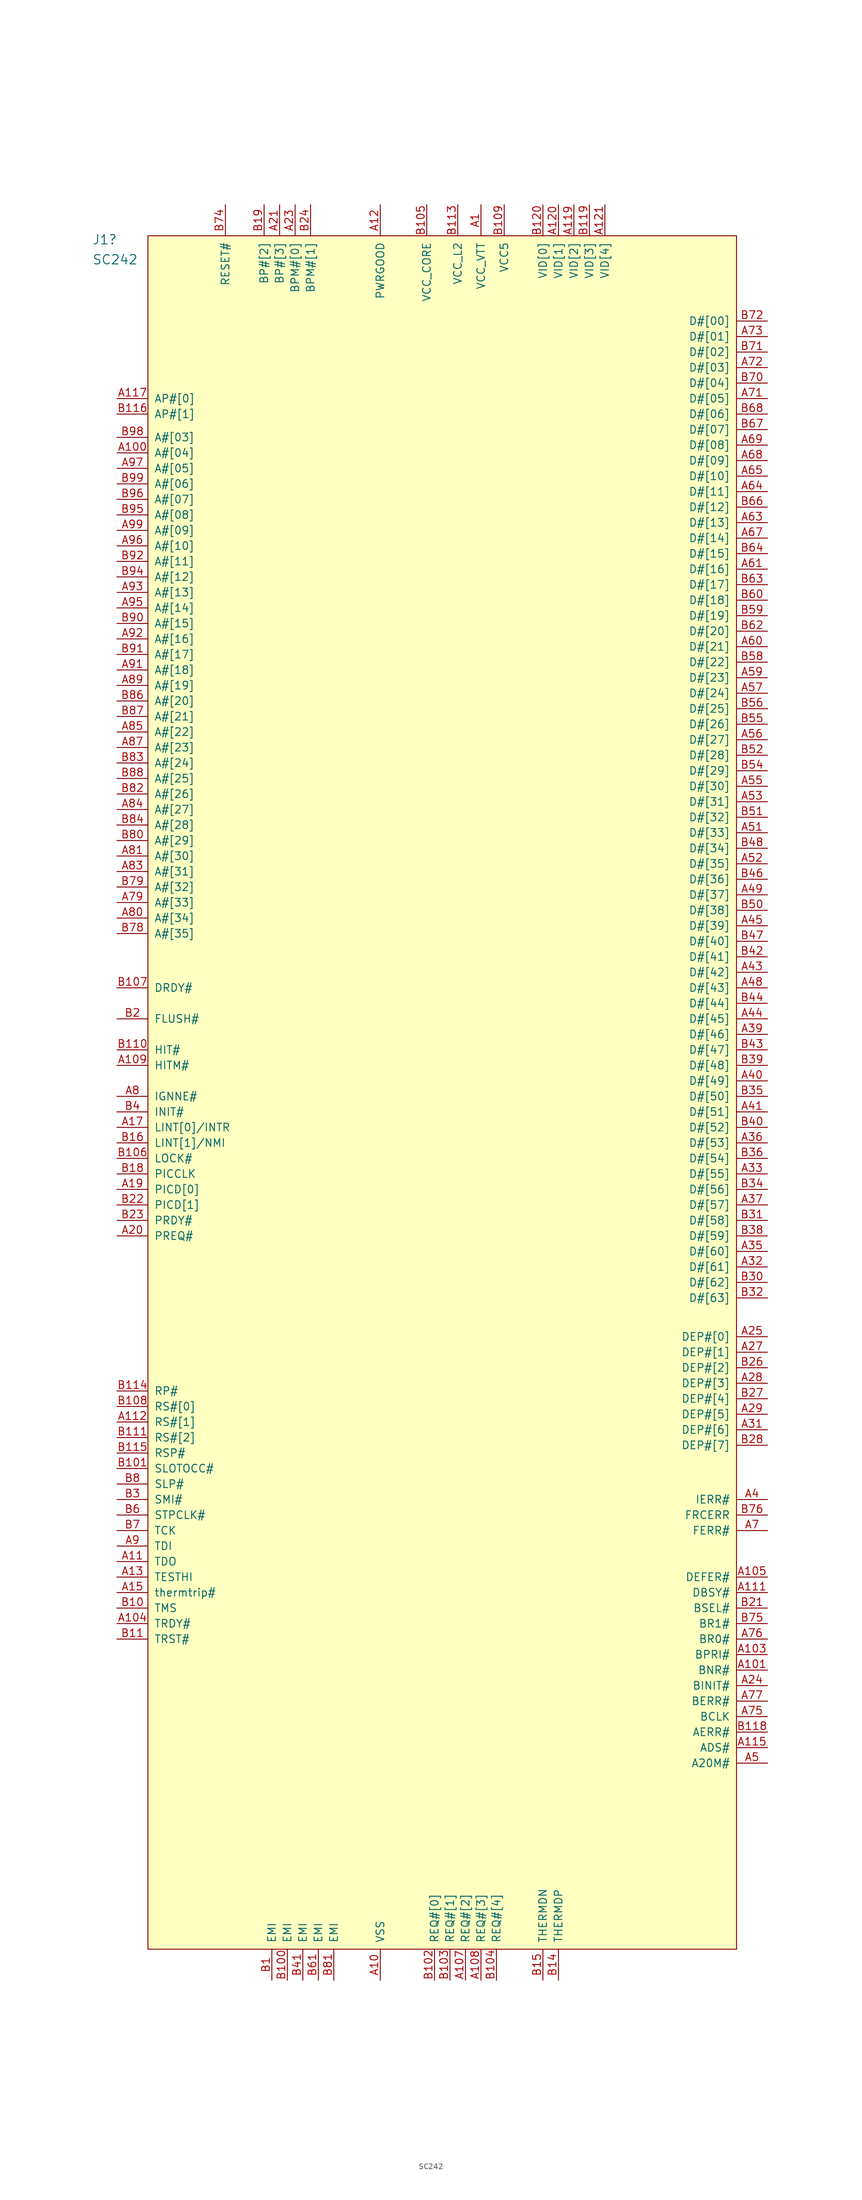
<source format=kicad_sym>
(kicad_symbol_lib
  (version 20211014)
  (generator kicad_symbol_editor)
  (symbol "SC242"
    (pin_names
      (offset 1.016))
    (property "Reference" "J1"
      (at -58.674 128.905 0)
      (effects (font (size 1.524 1.524)) (justify left)))
    (property "Value" "SC242"
      (at -58.674 125.626 0)
      (effects (font (size 1.524 1.524)) (justify left)))
    (property "ki_locked" ""
      (at 0 0 0)
      (effects (font (size 1.27 1.27))))
    (symbol "SC242_1_1"
      (rectangle (start -49.53 129.54) (end 46.99 -151.13) (stroke (width 0) (type default) (color 0 0 0 0)) (fill (type background)))
      (pin power_in line (at 5.08 134.62 270) (length 5.08) (name "VCC_VTT" (effects (font (size 1.27 1.27)))) (number "A1" (effects (font (size 1.27 1.27)))))
      (pin power_in line (at -11.43 -156.21 90) (length 5.08) (name "VSS" (effects (font (size 1.27 1.27)))) (number "A10" (effects (font (size 1.27 1.27)))))
      (pin tri_state line (at -54.61 93.98 0) (length 5.08) (name "A#[04]" (effects (font (size 1.27 1.27)))) (number "A100" (effects (font (size 1.27 1.27)))))
      (pin bidirectional line (at 52.07 -105.41 180) (length 5.08) (name "BNR#" (effects (font (size 1.27 1.27)))) (number "A101" (effects (font (size 1.27 1.27)))))
      (pin power_in line (at -11.43 -156.21 90) (length 5.08) hide (name "VSS" (effects (font (size 1.27 1.27)))) (number "A102" (effects (font (size 1.27 1.27)))))
      (pin input line (at 52.07 -102.87 180) (length 5.08) (name "BPRI#" (effects (font (size 1.27 1.27)))) (number "A103" (effects (font (size 1.27 1.27)))))
      (pin input line (at -54.61 -97.79 0) (length 5.08) (name "TRDY#" (effects (font (size 1.27 1.27)))) (number "A104" (effects (font (size 1.27 1.27)))))
      (pin input line (at 52.07 -90.17 180) (length 5.08) (name "DEFER#" (effects (font (size 1.27 1.27)))) (number "A105" (effects (font (size 1.27 1.27)))))
      (pin power_in line (at -11.43 -156.21 90) (length 5.08) hide (name "VSS" (effects (font (size 1.27 1.27)))) (number "A106" (effects (font (size 1.27 1.27)))))
      (pin bidirectional line (at 2.54 -156.21 90) (length 5.08) (name "REQ#[2]" (effects (font (size 1.27 1.27)))) (number "A107" (effects (font (size 1.27 1.27)))))
      (pin bidirectional line (at 5.08 -156.21 90) (length 5.08) (name "REQ#[3]" (effects (font (size 1.27 1.27)))) (number "A108" (effects (font (size 1.27 1.27)))))
      (pin bidirectional line (at -54.61 -6.35 0) (length 5.08) (name "HITM#" (effects (font (size 1.27 1.27)))) (number "A109" (effects (font (size 1.27 1.27)))))
      (pin output line (at -54.61 -87.63 0) (length 5.08) (name "TDO" (effects (font (size 1.27 1.27)))) (number "A11" (effects (font (size 1.27 1.27)))))
      (pin power_in line (at -11.43 -156.21 90) (length 5.08) hide (name "VSS" (effects (font (size 1.27 1.27)))) (number "A110" (effects (font (size 1.27 1.27)))))
      (pin bidirectional line (at 52.07 -92.71 180) (length 5.08) (name "DBSY#" (effects (font (size 1.27 1.27)))) (number "A111" (effects (font (size 1.27 1.27)))))
      (pin input line (at -54.61 -64.77 0) (length 5.08) (name "RS#[1]" (effects (font (size 1.27 1.27)))) (number "A112" (effects (font (size 1.27 1.27)))))
      (pin no_connect line (at -54.61 -107.95 0) (length 5.08) hide (name "Reserved" (effects (font (size 1.27 1.27)))) (number "A113" (effects (font (size 1.27 1.27)))))
      (pin power_in line (at -11.43 -156.21 90) (length 5.08) hide (name "VSS" (effects (font (size 1.27 1.27)))) (number "A114" (effects (font (size 1.27 1.27)))))
      (pin bidirectional line (at 52.07 -118.11 180) (length 5.08) (name "ADS#" (effects (font (size 1.27 1.27)))) (number "A115" (effects (font (size 1.27 1.27)))))
      (pin no_connect line (at -54.61 -110.49 0) (length 5.08) hide (name "Reserved" (effects (font (size 1.27 1.27)))) (number "A116" (effects (font (size 1.27 1.27)))))
      (pin bidirectional line (at -54.61 102.87 0) (length 5.08) (name "AP#[0]" (effects (font (size 1.27 1.27)))) (number "A117" (effects (font (size 1.27 1.27)))))
      (pin power_in line (at -11.43 -156.21 90) (length 5.08) hide (name "VSS" (effects (font (size 1.27 1.27)))) (number "A118" (effects (font (size 1.27 1.27)))))
      (pin output line (at 20.32 134.62 270) (length 5.08) (name "VID[2]" (effects (font (size 1.27 1.27)))) (number "A119" (effects (font (size 1.27 1.27)))))
      (pin input line (at -11.43 134.62 270) (length 5.08) (name "PWRGOOD" (effects (font (size 1.27 1.27)))) (number "A12" (effects (font (size 1.27 1.27)))))
      (pin output line (at 17.78 134.62 270) (length 5.08) (name "VID[1]" (effects (font (size 1.27 1.27)))) (number "A120" (effects (font (size 1.27 1.27)))))
      (pin output line (at 25.4 134.62 270) (length 5.08) (name "VID[4]" (effects (font (size 1.27 1.27)))) (number "A121" (effects (font (size 1.27 1.27)))))
      (pin input line (at -54.61 -90.17 0) (length 5.08) (name "TESTHI" (effects (font (size 1.27 1.27)))) (number "A13" (effects (font (size 1.27 1.27)))))
      (pin power_in line (at -11.43 -156.21 90) (length 5.08) hide (name "VSS" (effects (font (size 1.27 1.27)))) (number "A14" (effects (font (size 1.27 1.27)))))
      (pin output line (at -54.61 -92.71 0) (length 5.08) (name "thermtrip#" (effects (font (size 1.27 1.27)))) (number "A15" (effects (font (size 1.27 1.27)))))
      (pin no_connect line (at -54.61 -113.03 0) (length 5.08) hide (name "Reserved" (effects (font (size 1.27 1.27)))) (number "A16" (effects (font (size 1.27 1.27)))))
      (pin input line (at -54.61 -16.51 0) (length 5.08) (name "LINT[0]/INTR" (effects (font (size 1.27 1.27)))) (number "A17" (effects (font (size 1.27 1.27)))))
      (pin power_in line (at -11.43 -156.21 90) (length 5.08) hide (name "VSS" (effects (font (size 1.27 1.27)))) (number "A18" (effects (font (size 1.27 1.27)))))
      (pin bidirectional line (at -54.61 -26.67 0) (length 5.08) (name "PICD[0]" (effects (font (size 1.27 1.27)))) (number "A19" (effects (font (size 1.27 1.27)))))
      (pin power_in line (at -11.43 -156.21 90) (length 5.08) hide (name "VSS" (effects (font (size 1.27 1.27)))) (number "A2" (effects (font (size 1.27 1.27)))))
      (pin input line (at -54.61 -34.29 0) (length 5.08) (name "PREQ#" (effects (font (size 1.27 1.27)))) (number "A20" (effects (font (size 1.27 1.27)))))
      (pin bidirectional line (at -27.94 134.62 270) (length 5.08) (name "BP#[3]" (effects (font (size 1.27 1.27)))) (number "A21" (effects (font (size 1.27 1.27)))))
      (pin power_in line (at -11.43 -156.21 90) (length 5.08) hide (name "VSS" (effects (font (size 1.27 1.27)))) (number "A22" (effects (font (size 1.27 1.27)))))
      (pin bidirectional line (at -25.4 134.62 270) (length 5.08) (name "BPM#[0]" (effects (font (size 1.27 1.27)))) (number "A23" (effects (font (size 1.27 1.27)))))
      (pin bidirectional line (at 52.07 -107.95 180) (length 5.08) (name "BINIT#" (effects (font (size 1.27 1.27)))) (number "A24" (effects (font (size 1.27 1.27)))))
      (pin bidirectional line (at 52.07 -50.8 180) (length 5.08) (name "DEP#[0]" (effects (font (size 1.27 1.27)))) (number "A25" (effects (font (size 1.27 1.27)))))
      (pin power_in line (at -11.43 -156.21 90) (length 5.08) hide (name "VSS" (effects (font (size 1.27 1.27)))) (number "A26" (effects (font (size 1.27 1.27)))))
      (pin bidirectional line (at 52.07 -53.34 180) (length 5.08) (name "DEP#[1]" (effects (font (size 1.27 1.27)))) (number "A27" (effects (font (size 1.27 1.27)))))
      (pin bidirectional line (at 52.07 -58.42 180) (length 5.08) (name "DEP#[3]" (effects (font (size 1.27 1.27)))) (number "A28" (effects (font (size 1.27 1.27)))))
      (pin bidirectional line (at 52.07 -63.5 180) (length 5.08) (name "DEP#[5]" (effects (font (size 1.27 1.27)))) (number "A29" (effects (font (size 1.27 1.27)))))
      (pin power_in line (at 5.08 134.62 270) (length 5.08) hide (name "VCC_VTT" (effects (font (size 1.27 1.27)))) (number "A3" (effects (font (size 1.27 1.27)))))
      (pin power_in line (at -11.43 -156.21 90) (length 5.08) hide (name "VSS" (effects (font (size 1.27 1.27)))) (number "A30" (effects (font (size 1.27 1.27)))))
      (pin bidirectional line (at 52.07 -66.04 180) (length 5.08) (name "DEP#[6]" (effects (font (size 1.27 1.27)))) (number "A31" (effects (font (size 1.27 1.27)))))
      (pin tri_state line (at 52.07 -39.37 180) (length 5.08) (name "D#[61]" (effects (font (size 1.27 1.27)))) (number "A32" (effects (font (size 1.27 1.27)))))
      (pin tri_state line (at 52.07 -24.13 180) (length 5.08) (name "D#[55]" (effects (font (size 1.27 1.27)))) (number "A33" (effects (font (size 1.27 1.27)))))
      (pin power_in line (at -11.43 -156.21 90) (length 5.08) hide (name "VSS" (effects (font (size 1.27 1.27)))) (number "A34" (effects (font (size 1.27 1.27)))))
      (pin tri_state line (at 52.07 -36.83 180) (length 5.08) (name "D#[60]" (effects (font (size 1.27 1.27)))) (number "A35" (effects (font (size 1.27 1.27)))))
      (pin tri_state line (at 52.07 -19.05 180) (length 5.08) (name "D#[53]" (effects (font (size 1.27 1.27)))) (number "A36" (effects (font (size 1.27 1.27)))))
      (pin tri_state line (at 52.07 -29.21 180) (length 5.08) (name "D#[57]" (effects (font (size 1.27 1.27)))) (number "A37" (effects (font (size 1.27 1.27)))))
      (pin power_in line (at -11.43 -156.21 90) (length 5.08) hide (name "VSS" (effects (font (size 1.27 1.27)))) (number "A38" (effects (font (size 1.27 1.27)))))
      (pin tri_state line (at 52.07 -1.27 180) (length 5.08) (name "D#[46]" (effects (font (size 1.27 1.27)))) (number "A39" (effects (font (size 1.27 1.27)))))
      (pin output line (at 52.07 -77.47 180) (length 5.08) (name "IERR#" (effects (font (size 1.27 1.27)))) (number "A4" (effects (font (size 1.27 1.27)))))
      (pin tri_state line (at 52.07 -8.89 180) (length 5.08) (name "D#[49]" (effects (font (size 1.27 1.27)))) (number "A40" (effects (font (size 1.27 1.27)))))
      (pin tri_state line (at 52.07 -13.97 180) (length 5.08) (name "D#[51]" (effects (font (size 1.27 1.27)))) (number "A41" (effects (font (size 1.27 1.27)))))
      (pin power_in line (at -11.43 -156.21 90) (length 5.08) hide (name "VSS" (effects (font (size 1.27 1.27)))) (number "A42" (effects (font (size 1.27 1.27)))))
      (pin tri_state line (at 52.07 8.89 180) (length 5.08) (name "D#[42]" (effects (font (size 1.27 1.27)))) (number "A43" (effects (font (size 1.27 1.27)))))
      (pin tri_state line (at 52.07 1.27 180) (length 5.08) (name "D#[45]" (effects (font (size 1.27 1.27)))) (number "A44" (effects (font (size 1.27 1.27)))))
      (pin tri_state line (at 52.07 16.51 180) (length 5.08) (name "D#[39]" (effects (font (size 1.27 1.27)))) (number "A45" (effects (font (size 1.27 1.27)))))
      (pin power_in line (at -11.43 -156.21 90) (length 5.08) hide (name "VSS" (effects (font (size 1.27 1.27)))) (number "A46" (effects (font (size 1.27 1.27)))))
      (pin no_connect line (at -54.61 -115.57 0) (length 5.08) hide (name "Reserved" (effects (font (size 1.27 1.27)))) (number "A47" (effects (font (size 1.27 1.27)))))
      (pin tri_state line (at 52.07 6.35 180) (length 5.08) (name "D#[43]" (effects (font (size 1.27 1.27)))) (number "A48" (effects (font (size 1.27 1.27)))))
      (pin tri_state line (at 52.07 21.59 180) (length 5.08) (name "D#[37]" (effects (font (size 1.27 1.27)))) (number "A49" (effects (font (size 1.27 1.27)))))
      (pin input line (at 52.07 -120.65 180) (length 5.08) (name "A20M#" (effects (font (size 1.27 1.27)))) (number "A5" (effects (font (size 1.27 1.27)))))
      (pin power_in line (at -11.43 -156.21 90) (length 5.08) hide (name "VSS" (effects (font (size 1.27 1.27)))) (number "A50" (effects (font (size 1.27 1.27)))))
      (pin tri_state line (at 52.07 31.75 180) (length 5.08) (name "D#[33]" (effects (font (size 1.27 1.27)))) (number "A51" (effects (font (size 1.27 1.27)))))
      (pin tri_state line (at 52.07 26.67 180) (length 5.08) (name "D#[35]" (effects (font (size 1.27 1.27)))) (number "A52" (effects (font (size 1.27 1.27)))))
      (pin tri_state line (at 52.07 36.83 180) (length 5.08) (name "D#[31]" (effects (font (size 1.27 1.27)))) (number "A53" (effects (font (size 1.27 1.27)))))
      (pin power_in line (at -11.43 -156.21 90) (length 5.08) hide (name "VSS" (effects (font (size 1.27 1.27)))) (number "A54" (effects (font (size 1.27 1.27)))))
      (pin tri_state line (at 52.07 39.37 180) (length 5.08) (name "D#[30]" (effects (font (size 1.27 1.27)))) (number "A55" (effects (font (size 1.27 1.27)))))
      (pin tri_state line (at 52.07 46.99 180) (length 5.08) (name "D#[27]" (effects (font (size 1.27 1.27)))) (number "A56" (effects (font (size 1.27 1.27)))))
      (pin tri_state line (at 52.07 54.61 180) (length 5.08) (name "D#[24]" (effects (font (size 1.27 1.27)))) (number "A57" (effects (font (size 1.27 1.27)))))
      (pin power_in line (at -11.43 -156.21 90) (length 5.08) hide (name "VSS" (effects (font (size 1.27 1.27)))) (number "A58" (effects (font (size 1.27 1.27)))))
      (pin tri_state line (at 52.07 57.15 180) (length 5.08) (name "D#[23]" (effects (font (size 1.27 1.27)))) (number "A59" (effects (font (size 1.27 1.27)))))
      (pin power_in line (at -11.43 -156.21 90) (length 5.08) hide (name "VSS" (effects (font (size 1.27 1.27)))) (number "A6" (effects (font (size 1.27 1.27)))))
      (pin tri_state line (at 52.07 62.23 180) (length 5.08) (name "D#[21]" (effects (font (size 1.27 1.27)))) (number "A60" (effects (font (size 1.27 1.27)))))
      (pin tri_state line (at 52.07 74.93 180) (length 5.08) (name "D#[16]" (effects (font (size 1.27 1.27)))) (number "A61" (effects (font (size 1.27 1.27)))))
      (pin power_in line (at -11.43 -156.21 90) (length 5.08) hide (name "VSS" (effects (font (size 1.27 1.27)))) (number "A62" (effects (font (size 1.27 1.27)))))
      (pin tri_state line (at 52.07 82.55 180) (length 5.08) (name "D#[13]" (effects (font (size 1.27 1.27)))) (number "A63" (effects (font (size 1.27 1.27)))))
      (pin tri_state line (at 52.07 87.63 180) (length 5.08) (name "D#[11]" (effects (font (size 1.27 1.27)))) (number "A64" (effects (font (size 1.27 1.27)))))
      (pin tri_state line (at 52.07 90.17 180) (length 5.08) (name "D#[10]" (effects (font (size 1.27 1.27)))) (number "A65" (effects (font (size 1.27 1.27)))))
      (pin power_in line (at -11.43 -156.21 90) (length 5.08) hide (name "VSS" (effects (font (size 1.27 1.27)))) (number "A66" (effects (font (size 1.27 1.27)))))
      (pin tri_state line (at 52.07 80.01 180) (length 5.08) (name "D#[14]" (effects (font (size 1.27 1.27)))) (number "A67" (effects (font (size 1.27 1.27)))))
      (pin tri_state line (at 52.07 92.71 180) (length 5.08) (name "D#[09]" (effects (font (size 1.27 1.27)))) (number "A68" (effects (font (size 1.27 1.27)))))
      (pin tri_state line (at 52.07 95.25 180) (length 5.08) (name "D#[08]" (effects (font (size 1.27 1.27)))) (number "A69" (effects (font (size 1.27 1.27)))))
      (pin output line (at 52.07 -82.55 180) (length 5.08) (name "FERR#" (effects (font (size 1.27 1.27)))) (number "A7" (effects (font (size 1.27 1.27)))))
      (pin power_in line (at -11.43 -156.21 90) (length 5.08) hide (name "VSS" (effects (font (size 1.27 1.27)))) (number "A70" (effects (font (size 1.27 1.27)))))
      (pin tri_state line (at 52.07 102.87 180) (length 5.08) (name "D#[05]" (effects (font (size 1.27 1.27)))) (number "A71" (effects (font (size 1.27 1.27)))))
      (pin tri_state line (at 52.07 107.95 180) (length 5.08) (name "D#[03]" (effects (font (size 1.27 1.27)))) (number "A72" (effects (font (size 1.27 1.27)))))
      (pin tri_state line (at 52.07 113.03 180) (length 5.08) (name "D#[01]" (effects (font (size 1.27 1.27)))) (number "A73" (effects (font (size 1.27 1.27)))))
      (pin power_in line (at -11.43 -156.21 90) (length 5.08) hide (name "VSS" (effects (font (size 1.27 1.27)))) (number "A74" (effects (font (size 1.27 1.27)))))
      (pin input line (at 52.07 -113.03 180) (length 5.08) (name "BCLK" (effects (font (size 1.27 1.27)))) (number "A75" (effects (font (size 1.27 1.27)))))
      (pin bidirectional line (at 52.07 -100.33 180) (length 5.08) (name "BR0#" (effects (font (size 1.27 1.27)))) (number "A76" (effects (font (size 1.27 1.27)))))
      (pin bidirectional line (at 52.07 -110.49 180) (length 5.08) (name "BERR#" (effects (font (size 1.27 1.27)))) (number "A77" (effects (font (size 1.27 1.27)))))
      (pin power_in line (at -11.43 -156.21 90) (length 5.08) hide (name "VSS" (effects (font (size 1.27 1.27)))) (number "A78" (effects (font (size 1.27 1.27)))))
      (pin tri_state line (at -54.61 20.32 0) (length 5.08) (name "A#[33]" (effects (font (size 1.27 1.27)))) (number "A79" (effects (font (size 1.27 1.27)))))
      (pin input line (at -54.61 -11.43 0) (length 5.08) (name "IGNNE#" (effects (font (size 1.27 1.27)))) (number "A8" (effects (font (size 1.27 1.27)))))
      (pin tri_state line (at -54.61 17.78 0) (length 5.08) (name "A#[34]" (effects (font (size 1.27 1.27)))) (number "A80" (effects (font (size 1.27 1.27)))))
      (pin tri_state line (at -54.61 27.94 0) (length 5.08) (name "A#[30]" (effects (font (size 1.27 1.27)))) (number "A81" (effects (font (size 1.27 1.27)))))
      (pin power_in line (at -11.43 -156.21 90) (length 5.08) hide (name "VSS" (effects (font (size 1.27 1.27)))) (number "A82" (effects (font (size 1.27 1.27)))))
      (pin tri_state line (at -54.61 25.4 0) (length 5.08) (name "A#[31]" (effects (font (size 1.27 1.27)))) (number "A83" (effects (font (size 1.27 1.27)))))
      (pin tri_state line (at -54.61 35.56 0) (length 5.08) (name "A#[27]" (effects (font (size 1.27 1.27)))) (number "A84" (effects (font (size 1.27 1.27)))))
      (pin tri_state line (at -54.61 48.26 0) (length 5.08) (name "A#[22]" (effects (font (size 1.27 1.27)))) (number "A85" (effects (font (size 1.27 1.27)))))
      (pin power_in line (at -11.43 -156.21 90) (length 5.08) hide (name "VSS" (effects (font (size 1.27 1.27)))) (number "A86" (effects (font (size 1.27 1.27)))))
      (pin tri_state line (at -54.61 45.72 0) (length 5.08) (name "A#[23]" (effects (font (size 1.27 1.27)))) (number "A87" (effects (font (size 1.27 1.27)))))
      (pin no_connect line (at -54.61 -118.11 0) (length 5.08) hide (name "Reserved" (effects (font (size 1.27 1.27)))) (number "A88" (effects (font (size 1.27 1.27)))))
      (pin tri_state line (at -54.61 55.88 0) (length 5.08) (name "A#[19]" (effects (font (size 1.27 1.27)))) (number "A89" (effects (font (size 1.27 1.27)))))
      (pin input line (at -54.61 -85.09 0) (length 5.08) (name "TDI" (effects (font (size 1.27 1.27)))) (number "A9" (effects (font (size 1.27 1.27)))))
      (pin power_in line (at -11.43 -156.21 90) (length 5.08) hide (name "VSS" (effects (font (size 1.27 1.27)))) (number "A90" (effects (font (size 1.27 1.27)))))
      (pin tri_state line (at -54.61 58.42 0) (length 5.08) (name "A#[18]" (effects (font (size 1.27 1.27)))) (number "A91" (effects (font (size 1.27 1.27)))))
      (pin tri_state line (at -54.61 63.5 0) (length 5.08) (name "A#[16]" (effects (font (size 1.27 1.27)))) (number "A92" (effects (font (size 1.27 1.27)))))
      (pin tri_state line (at -54.61 71.12 0) (length 5.08) (name "A#[13]" (effects (font (size 1.27 1.27)))) (number "A93" (effects (font (size 1.27 1.27)))))
      (pin power_in line (at -11.43 -156.21 90) (length 5.08) hide (name "VSS" (effects (font (size 1.27 1.27)))) (number "A94" (effects (font (size 1.27 1.27)))))
      (pin tri_state line (at -54.61 68.58 0) (length 5.08) (name "A#[14]" (effects (font (size 1.27 1.27)))) (number "A95" (effects (font (size 1.27 1.27)))))
      (pin tri_state line (at -54.61 78.74 0) (length 5.08) (name "A#[10]" (effects (font (size 1.27 1.27)))) (number "A96" (effects (font (size 1.27 1.27)))))
      (pin tri_state line (at -54.61 91.44 0) (length 5.08) (name "A#[05]" (effects (font (size 1.27 1.27)))) (number "A97" (effects (font (size 1.27 1.27)))))
      (pin power_in line (at -11.43 -156.21 90) (length 5.08) hide (name "VSS" (effects (font (size 1.27 1.27)))) (number "A98" (effects (font (size 1.27 1.27)))))
      (pin tri_state line (at -54.61 81.28 0) (length 5.08) (name "A#[09]" (effects (font (size 1.27 1.27)))) (number "A99" (effects (font (size 1.27 1.27)))))
      (pin input line (at -29.21 -156.21 90) (length 5.08) (name "EMI" (effects (font (size 1.27 1.27)))) (number "B1" (effects (font (size 1.27 1.27)))))
      (pin input line (at -54.61 -95.25 0) (length 5.08) (name "TMS" (effects (font (size 1.27 1.27)))) (number "B10" (effects (font (size 1.27 1.27)))))
      (pin input line (at -26.67 -156.21 90) (length 5.08) (name "EMI" (effects (font (size 1.27 1.27)))) (number "B100" (effects (font (size 1.27 1.27)))))
      (pin output line (at -54.61 -72.39 0) (length 5.08) (name "SLOTOCC#" (effects (font (size 1.27 1.27)))) (number "B101" (effects (font (size 1.27 1.27)))))
      (pin bidirectional line (at -2.54 -156.21 90) (length 5.08) (name "REQ#[0]" (effects (font (size 1.27 1.27)))) (number "B102" (effects (font (size 1.27 1.27)))))
      (pin bidirectional line (at 0 -156.21 90) (length 5.08) (name "REQ#[1]" (effects (font (size 1.27 1.27)))) (number "B103" (effects (font (size 1.27 1.27)))))
      (pin bidirectional line (at 7.62 -156.21 90) (length 5.08) (name "REQ#[4]" (effects (font (size 1.27 1.27)))) (number "B104" (effects (font (size 1.27 1.27)))))
      (pin power_in line (at -3.81 134.62 270) (length 5.08) (name "VCC_CORE" (effects (font (size 1.27 1.27)))) (number "B105" (effects (font (size 1.27 1.27)))))
      (pin bidirectional line (at -54.61 -21.59 0) (length 5.08) (name "LOCK#" (effects (font (size 1.27 1.27)))) (number "B106" (effects (font (size 1.27 1.27)))))
      (pin bidirectional line (at -54.61 6.35 0) (length 5.08) (name "DRDY#" (effects (font (size 1.27 1.27)))) (number "B107" (effects (font (size 1.27 1.27)))))
      (pin input line (at -54.61 -62.23 0) (length 5.08) (name "RS#[0]" (effects (font (size 1.27 1.27)))) (number "B108" (effects (font (size 1.27 1.27)))))
      (pin power_in line (at 8.89 134.62 270) (length 5.08) (name "VCC5" (effects (font (size 1.27 1.27)))) (number "B109" (effects (font (size 1.27 1.27)))))
      (pin input line (at -54.61 -100.33 0) (length 5.08) (name "TRST#" (effects (font (size 1.27 1.27)))) (number "B11" (effects (font (size 1.27 1.27)))))
      (pin bidirectional line (at -54.61 -3.81 0) (length 5.08) (name "HIT#" (effects (font (size 1.27 1.27)))) (number "B110" (effects (font (size 1.27 1.27)))))
      (pin input line (at -54.61 -67.31 0) (length 5.08) (name "RS#[2]" (effects (font (size 1.27 1.27)))) (number "B111" (effects (font (size 1.27 1.27)))))
      (pin no_connect line (at -54.61 -120.65 0) (length 5.08) hide (name "Reserved" (effects (font (size 1.27 1.27)))) (number "B112" (effects (font (size 1.27 1.27)))))
      (pin power_in line (at 1.27 134.62 270) (length 5.08) (name "VCC_L2" (effects (font (size 1.27 1.27)))) (number "B113" (effects (font (size 1.27 1.27)))))
      (pin bidirectional line (at -54.61 -59.69 0) (length 5.08) (name "RP#" (effects (font (size 1.27 1.27)))) (number "B114" (effects (font (size 1.27 1.27)))))
      (pin input line (at -54.61 -69.85 0) (length 5.08) (name "RSP#" (effects (font (size 1.27 1.27)))) (number "B115" (effects (font (size 1.27 1.27)))))
      (pin bidirectional line (at -54.61 100.33 0) (length 5.08) (name "AP#[1]" (effects (font (size 1.27 1.27)))) (number "B116" (effects (font (size 1.27 1.27)))))
      (pin power_in line (at 1.27 134.62 270) (length 5.08) hide (name "VCC_L2" (effects (font (size 1.27 1.27)))) (number "B117" (effects (font (size 1.27 1.27)))))
      (pin bidirectional line (at 52.07 -115.57 180) (length 5.08) (name "AERR#" (effects (font (size 1.27 1.27)))) (number "B118" (effects (font (size 1.27 1.27)))))
      (pin output line (at 22.86 134.62 270) (length 5.08) (name "VID[3]" (effects (font (size 1.27 1.27)))) (number "B119" (effects (font (size 1.27 1.27)))))
      (pin no_connect line (at -54.61 -123.19 0) (length 5.08) hide (name "Reserved" (effects (font (size 1.27 1.27)))) (number "B12" (effects (font (size 1.27 1.27)))))
      (pin output line (at 15.24 134.62 270) (length 5.08) (name "VID[0]" (effects (font (size 1.27 1.27)))) (number "B120" (effects (font (size 1.27 1.27)))))
      (pin power_in line (at 1.27 134.62 270) (length 5.08) hide (name "VCC_L2" (effects (font (size 1.27 1.27)))) (number "B121" (effects (font (size 1.27 1.27)))))
      (pin power_in line (at -3.81 134.62 270) (length 5.08) hide (name "VCC_CORE" (effects (font (size 1.27 1.27)))) (number "B13" (effects (font (size 1.27 1.27)))))
      (pin output line (at 17.78 -156.21 90) (length 5.08) (name "THERMDP" (effects (font (size 1.27 1.27)))) (number "B14" (effects (font (size 1.27 1.27)))))
      (pin output line (at 15.24 -156.21 90) (length 5.08) (name "THERMDN" (effects (font (size 1.27 1.27)))) (number "B15" (effects (font (size 1.27 1.27)))))
      (pin input line (at -54.61 -19.05 0) (length 5.08) (name "LINT[1]/NMI" (effects (font (size 1.27 1.27)))) (number "B16" (effects (font (size 1.27 1.27)))))
      (pin power_in line (at -3.81 134.62 270) (length 5.08) hide (name "VCC_CORE" (effects (font (size 1.27 1.27)))) (number "B17" (effects (font (size 1.27 1.27)))))
      (pin input line (at -54.61 -24.13 0) (length 5.08) (name "PICCLK" (effects (font (size 1.27 1.27)))) (number "B18" (effects (font (size 1.27 1.27)))))
      (pin bidirectional line (at -30.48 134.62 270) (length 5.08) (name "BP#[2]" (effects (font (size 1.27 1.27)))) (number "B19" (effects (font (size 1.27 1.27)))))
      (pin input line (at -54.61 1.27 0) (length 5.08) (name "FLUSH#" (effects (font (size 1.27 1.27)))) (number "B2" (effects (font (size 1.27 1.27)))))
      (pin no_connect line (at -54.61 -125.73 0) (length 5.08) hide (name "Reserved" (effects (font (size 1.27 1.27)))) (number "B20" (effects (font (size 1.27 1.27)))))
      (pin input line (at 52.07 -95.25 180) (length 5.08) (name "BSEL#" (effects (font (size 1.27 1.27)))) (number "B21" (effects (font (size 1.27 1.27)))))
      (pin bidirectional line (at -54.61 -29.21 0) (length 5.08) (name "PICD[1]" (effects (font (size 1.27 1.27)))) (number "B22" (effects (font (size 1.27 1.27)))))
      (pin output line (at -54.61 -31.75 0) (length 5.08) (name "PRDY#" (effects (font (size 1.27 1.27)))) (number "B23" (effects (font (size 1.27 1.27)))))
      (pin bidirectional line (at -22.86 134.62 270) (length 5.08) (name "BPM#[1]" (effects (font (size 1.27 1.27)))) (number "B24" (effects (font (size 1.27 1.27)))))
      (pin power_in line (at -3.81 134.62 270) (length 5.08) hide (name "VCC_CORE" (effects (font (size 1.27 1.27)))) (number "B25" (effects (font (size 1.27 1.27)))))
      (pin bidirectional line (at 52.07 -55.88 180) (length 5.08) (name "DEP#[2]" (effects (font (size 1.27 1.27)))) (number "B26" (effects (font (size 1.27 1.27)))))
      (pin bidirectional line (at 52.07 -60.96 180) (length 5.08) (name "DEP#[4]" (effects (font (size 1.27 1.27)))) (number "B27" (effects (font (size 1.27 1.27)))))
      (pin bidirectional line (at 52.07 -68.58 180) (length 5.08) (name "DEP#[7]" (effects (font (size 1.27 1.27)))) (number "B28" (effects (font (size 1.27 1.27)))))
      (pin power_in line (at -3.81 134.62 270) (length 5.08) hide (name "VCC_CORE" (effects (font (size 1.27 1.27)))) (number "B29" (effects (font (size 1.27 1.27)))))
      (pin input line (at -54.61 -77.47 0) (length 5.08) (name "SMI#" (effects (font (size 1.27 1.27)))) (number "B3" (effects (font (size 1.27 1.27)))))
      (pin tri_state line (at 52.07 -41.91 180) (length 5.08) (name "D#[62]" (effects (font (size 1.27 1.27)))) (number "B30" (effects (font (size 1.27 1.27)))))
      (pin tri_state line (at 52.07 -31.75 180) (length 5.08) (name "D#[58]" (effects (font (size 1.27 1.27)))) (number "B31" (effects (font (size 1.27 1.27)))))
      (pin tri_state line (at 52.07 -44.45 180) (length 5.08) (name "D#[63]" (effects (font (size 1.27 1.27)))) (number "B32" (effects (font (size 1.27 1.27)))))
      (pin power_in line (at -3.81 134.62 270) (length 5.08) hide (name "VCC_CORE" (effects (font (size 1.27 1.27)))) (number "B33" (effects (font (size 1.27 1.27)))))
      (pin tri_state line (at 52.07 -26.67 180) (length 5.08) (name "D#[56]" (effects (font (size 1.27 1.27)))) (number "B34" (effects (font (size 1.27 1.27)))))
      (pin tri_state line (at 52.07 -11.43 180) (length 5.08) (name "D#[50]" (effects (font (size 1.27 1.27)))) (number "B35" (effects (font (size 1.27 1.27)))))
      (pin tri_state line (at 52.07 -21.59 180) (length 5.08) (name "D#[54]" (effects (font (size 1.27 1.27)))) (number "B36" (effects (font (size 1.27 1.27)))))
      (pin power_in line (at -3.81 134.62 270) (length 5.08) hide (name "VCC_CORE" (effects (font (size 1.27 1.27)))) (number "B37" (effects (font (size 1.27 1.27)))))
      (pin tri_state line (at 52.07 -34.29 180) (length 5.08) (name "D#[59]" (effects (font (size 1.27 1.27)))) (number "B38" (effects (font (size 1.27 1.27)))))
      (pin tri_state line (at 52.07 -6.35 180) (length 5.08) (name "D#[48]" (effects (font (size 1.27 1.27)))) (number "B39" (effects (font (size 1.27 1.27)))))
      (pin input line (at -54.61 -13.97 0) (length 5.08) (name "INIT#" (effects (font (size 1.27 1.27)))) (number "B4" (effects (font (size 1.27 1.27)))))
      (pin tri_state line (at 52.07 -16.51 180) (length 5.08) (name "D#[52]" (effects (font (size 1.27 1.27)))) (number "B40" (effects (font (size 1.27 1.27)))))
      (pin input line (at -24.13 -156.21 90) (length 5.08) (name "EMI" (effects (font (size 1.27 1.27)))) (number "B41" (effects (font (size 1.27 1.27)))))
      (pin tri_state line (at 52.07 11.43 180) (length 5.08) (name "D#[41]" (effects (font (size 1.27 1.27)))) (number "B42" (effects (font (size 1.27 1.27)))))
      (pin tri_state line (at 52.07 -3.81 180) (length 5.08) (name "D#[47]" (effects (font (size 1.27 1.27)))) (number "B43" (effects (font (size 1.27 1.27)))))
      (pin tri_state line (at 52.07 3.81 180) (length 5.08) (name "D#[44]" (effects (font (size 1.27 1.27)))) (number "B44" (effects (font (size 1.27 1.27)))))
      (pin power_in line (at -3.81 134.62 270) (length 5.08) hide (name "VCC_CORE" (effects (font (size 1.27 1.27)))) (number "B45" (effects (font (size 1.27 1.27)))))
      (pin tri_state line (at 52.07 24.13 180) (length 5.08) (name "D#[36]" (effects (font (size 1.27 1.27)))) (number "B46" (effects (font (size 1.27 1.27)))))
      (pin tri_state line (at 52.07 13.97 180) (length 5.08) (name "D#[40]" (effects (font (size 1.27 1.27)))) (number "B47" (effects (font (size 1.27 1.27)))))
      (pin tri_state line (at 52.07 29.21 180) (length 5.08) (name "D#[34]" (effects (font (size 1.27 1.27)))) (number "B48" (effects (font (size 1.27 1.27)))))
      (pin power_in line (at -3.81 134.62 270) (length 5.08) hide (name "VCC_CORE" (effects (font (size 1.27 1.27)))) (number "B49" (effects (font (size 1.27 1.27)))))
      (pin power_in line (at 5.08 134.62 270) (length 5.08) hide (name "VCC_VTT" (effects (font (size 1.27 1.27)))) (number "B5" (effects (font (size 1.27 1.27)))))
      (pin tri_state line (at 52.07 19.05 180) (length 5.08) (name "D#[38]" (effects (font (size 1.27 1.27)))) (number "B50" (effects (font (size 1.27 1.27)))))
      (pin tri_state line (at 52.07 34.29 180) (length 5.08) (name "D#[32]" (effects (font (size 1.27 1.27)))) (number "B51" (effects (font (size 1.27 1.27)))))
      (pin tri_state line (at 52.07 44.45 180) (length 5.08) (name "D#[28]" (effects (font (size 1.27 1.27)))) (number "B52" (effects (font (size 1.27 1.27)))))
      (pin power_in line (at -3.81 134.62 270) (length 5.08) hide (name "VCC_CORE" (effects (font (size 1.27 1.27)))) (number "B53" (effects (font (size 1.27 1.27)))))
      (pin tri_state line (at 52.07 41.91 180) (length 5.08) (name "D#[29]" (effects (font (size 1.27 1.27)))) (number "B54" (effects (font (size 1.27 1.27)))))
      (pin tri_state line (at 52.07 49.53 180) (length 5.08) (name "D#[26]" (effects (font (size 1.27 1.27)))) (number "B55" (effects (font (size 1.27 1.27)))))
      (pin tri_state line (at 52.07 52.07 180) (length 5.08) (name "D#[25]" (effects (font (size 1.27 1.27)))) (number "B56" (effects (font (size 1.27 1.27)))))
      (pin power_in line (at -3.81 134.62 270) (length 5.08) hide (name "VCC_CORE" (effects (font (size 1.27 1.27)))) (number "B57" (effects (font (size 1.27 1.27)))))
      (pin tri_state line (at 52.07 59.69 180) (length 5.08) (name "D#[22]" (effects (font (size 1.27 1.27)))) (number "B58" (effects (font (size 1.27 1.27)))))
      (pin tri_state line (at 52.07 67.31 180) (length 5.08) (name "D#[19]" (effects (font (size 1.27 1.27)))) (number "B59" (effects (font (size 1.27 1.27)))))
      (pin input line (at -54.61 -80.01 0) (length 5.08) (name "STPCLK#" (effects (font (size 1.27 1.27)))) (number "B6" (effects (font (size 1.27 1.27)))))
      (pin tri_state line (at 52.07 69.85 180) (length 5.08) (name "D#[18]" (effects (font (size 1.27 1.27)))) (number "B60" (effects (font (size 1.27 1.27)))))
      (pin input line (at -21.59 -156.21 90) (length 5.08) (name "EMI" (effects (font (size 1.27 1.27)))) (number "B61" (effects (font (size 1.27 1.27)))))
      (pin tri_state line (at 52.07 64.77 180) (length 5.08) (name "D#[20]" (effects (font (size 1.27 1.27)))) (number "B62" (effects (font (size 1.27 1.27)))))
      (pin tri_state line (at 52.07 72.39 180) (length 5.08) (name "D#[17]" (effects (font (size 1.27 1.27)))) (number "B63" (effects (font (size 1.27 1.27)))))
      (pin tri_state line (at 52.07 77.47 180) (length 5.08) (name "D#[15]" (effects (font (size 1.27 1.27)))) (number "B64" (effects (font (size 1.27 1.27)))))
      (pin power_in line (at -3.81 134.62 270) (length 5.08) hide (name "VCC_CORE" (effects (font (size 1.27 1.27)))) (number "B65" (effects (font (size 1.27 1.27)))))
      (pin tri_state line (at 52.07 85.09 180) (length 5.08) (name "D#[12]" (effects (font (size 1.27 1.27)))) (number "B66" (effects (font (size 1.27 1.27)))))
      (pin tri_state line (at 52.07 97.79 180) (length 5.08) (name "D#[07]" (effects (font (size 1.27 1.27)))) (number "B67" (effects (font (size 1.27 1.27)))))
      (pin tri_state line (at 52.07 100.33 180) (length 5.08) (name "D#[06]" (effects (font (size 1.27 1.27)))) (number "B68" (effects (font (size 1.27 1.27)))))
      (pin power_in line (at -3.81 134.62 270) (length 5.08) hide (name "VCC_CORE" (effects (font (size 1.27 1.27)))) (number "B69" (effects (font (size 1.27 1.27)))))
      (pin input line (at -54.61 -82.55 0) (length 5.08) (name "TCK" (effects (font (size 1.27 1.27)))) (number "B7" (effects (font (size 1.27 1.27)))))
      (pin tri_state line (at 52.07 105.41 180) (length 5.08) (name "D#[04]" (effects (font (size 1.27 1.27)))) (number "B70" (effects (font (size 1.27 1.27)))))
      (pin tri_state line (at 52.07 110.49 180) (length 5.08) (name "D#[02]" (effects (font (size 1.27 1.27)))) (number "B71" (effects (font (size 1.27 1.27)))))
      (pin tri_state line (at 52.07 115.57 180) (length 5.08) (name "D#[00]" (effects (font (size 1.27 1.27)))) (number "B72" (effects (font (size 1.27 1.27)))))
      (pin power_in line (at -3.81 134.62 270) (length 5.08) hide (name "VCC_CORE" (effects (font (size 1.27 1.27)))) (number "B73" (effects (font (size 1.27 1.27)))))
      (pin input line (at -36.83 134.62 270) (length 5.08) (name "RESET#" (effects (font (size 1.27 1.27)))) (number "B74" (effects (font (size 1.27 1.27)))))
      (pin input line (at 52.07 -97.79 180) (length 5.08) (name "BR1#" (effects (font (size 1.27 1.27)))) (number "B75" (effects (font (size 1.27 1.27)))))
      (pin bidirectional line (at 52.07 -80.01 180) (length 5.08) (name "FRCERR" (effects (font (size 1.27 1.27)))) (number "B76" (effects (font (size 1.27 1.27)))))
      (pin power_in line (at -3.81 134.62 270) (length 5.08) hide (name "VCC_CORE" (effects (font (size 1.27 1.27)))) (number "B77" (effects (font (size 1.27 1.27)))))
      (pin tri_state line (at -54.61 15.24 0) (length 5.08) (name "A#[35]" (effects (font (size 1.27 1.27)))) (number "B78" (effects (font (size 1.27 1.27)))))
      (pin tri_state line (at -54.61 22.86 0) (length 5.08) (name "A#[32]" (effects (font (size 1.27 1.27)))) (number "B79" (effects (font (size 1.27 1.27)))))
      (pin input line (at -54.61 -74.93 0) (length 5.08) (name "SLP#" (effects (font (size 1.27 1.27)))) (number "B8" (effects (font (size 1.27 1.27)))))
      (pin tri_state line (at -54.61 30.48 0) (length 5.08) (name "A#[29]" (effects (font (size 1.27 1.27)))) (number "B80" (effects (font (size 1.27 1.27)))))
      (pin input line (at -19.05 -156.21 90) (length 5.08) (name "EMI" (effects (font (size 1.27 1.27)))) (number "B81" (effects (font (size 1.27 1.27)))))
      (pin tri_state line (at -54.61 38.1 0) (length 5.08) (name "A#[26]" (effects (font (size 1.27 1.27)))) (number "B82" (effects (font (size 1.27 1.27)))))
      (pin tri_state line (at -54.61 43.18 0) (length 5.08) (name "A#[24]" (effects (font (size 1.27 1.27)))) (number "B83" (effects (font (size 1.27 1.27)))))
      (pin tri_state line (at -54.61 33.02 0) (length 5.08) (name "A#[28]" (effects (font (size 1.27 1.27)))) (number "B84" (effects (font (size 1.27 1.27)))))
      (pin power_in line (at -3.81 134.62 270) (length 5.08) hide (name "VCC_CORE" (effects (font (size 1.27 1.27)))) (number "B85" (effects (font (size 1.27 1.27)))))
      (pin tri_state line (at -54.61 53.34 0) (length 5.08) (name "A#[20]" (effects (font (size 1.27 1.27)))) (number "B86" (effects (font (size 1.27 1.27)))))
      (pin tri_state line (at -54.61 50.8 0) (length 5.08) (name "A#[21]" (effects (font (size 1.27 1.27)))) (number "B87" (effects (font (size 1.27 1.27)))))
      (pin tri_state line (at -54.61 40.64 0) (length 5.08) (name "A#[25]" (effects (font (size 1.27 1.27)))) (number "B88" (effects (font (size 1.27 1.27)))))
      (pin power_in line (at -3.81 134.62 270) (length 5.08) hide (name "VCC_CORE" (effects (font (size 1.27 1.27)))) (number "B89" (effects (font (size 1.27 1.27)))))
      (pin power_in line (at 5.08 134.62 270) (length 5.08) hide (name "VCC_VTT" (effects (font (size 1.27 1.27)))) (number "B9" (effects (font (size 1.27 1.27)))))
      (pin tri_state line (at -54.61 66.04 0) (length 5.08) (name "A#[15]" (effects (font (size 1.27 1.27)))) (number "B90" (effects (font (size 1.27 1.27)))))
      (pin tri_state line (at -54.61 60.96 0) (length 5.08) (name "A#[17]" (effects (font (size 1.27 1.27)))) (number "B91" (effects (font (size 1.27 1.27)))))
      (pin tri_state line (at -54.61 76.2 0) (length 5.08) (name "A#[11]" (effects (font (size 1.27 1.27)))) (number "B92" (effects (font (size 1.27 1.27)))))
      (pin power_in line (at -3.81 134.62 270) (length 5.08) hide (name "VCC_CORE" (effects (font (size 1.27 1.27)))) (number "B93" (effects (font (size 1.27 1.27)))))
      (pin tri_state line (at -54.61 73.66 0) (length 5.08) (name "A#[12]" (effects (font (size 1.27 1.27)))) (number "B94" (effects (font (size 1.27 1.27)))))
      (pin tri_state line (at -54.61 83.82 0) (length 5.08) (name "A#[08]" (effects (font (size 1.27 1.27)))) (number "B95" (effects (font (size 1.27 1.27)))))
      (pin tri_state line (at -54.61 86.36 0) (length 5.08) (name "A#[07]" (effects (font (size 1.27 1.27)))) (number "B96" (effects (font (size 1.27 1.27)))))
      (pin power_in line (at -3.81 134.62 270) (length 5.08) hide (name "VCC_CORE" (effects (font (size 1.27 1.27)))) (number "B97" (effects (font (size 1.27 1.27)))))
      (pin tri_state line (at -54.61 96.52 0) (length 5.08) (name "A#[03]" (effects (font (size 1.27 1.27)))) (number "B98" (effects (font (size 1.27 1.27)))))
      (pin tri_state line (at -54.61 88.9 0) (length 5.08) (name "A#[06]" (effects (font (size 1.27 1.27)))) (number "B99" (effects (font (size 1.27 1.27))))))))
</source>
